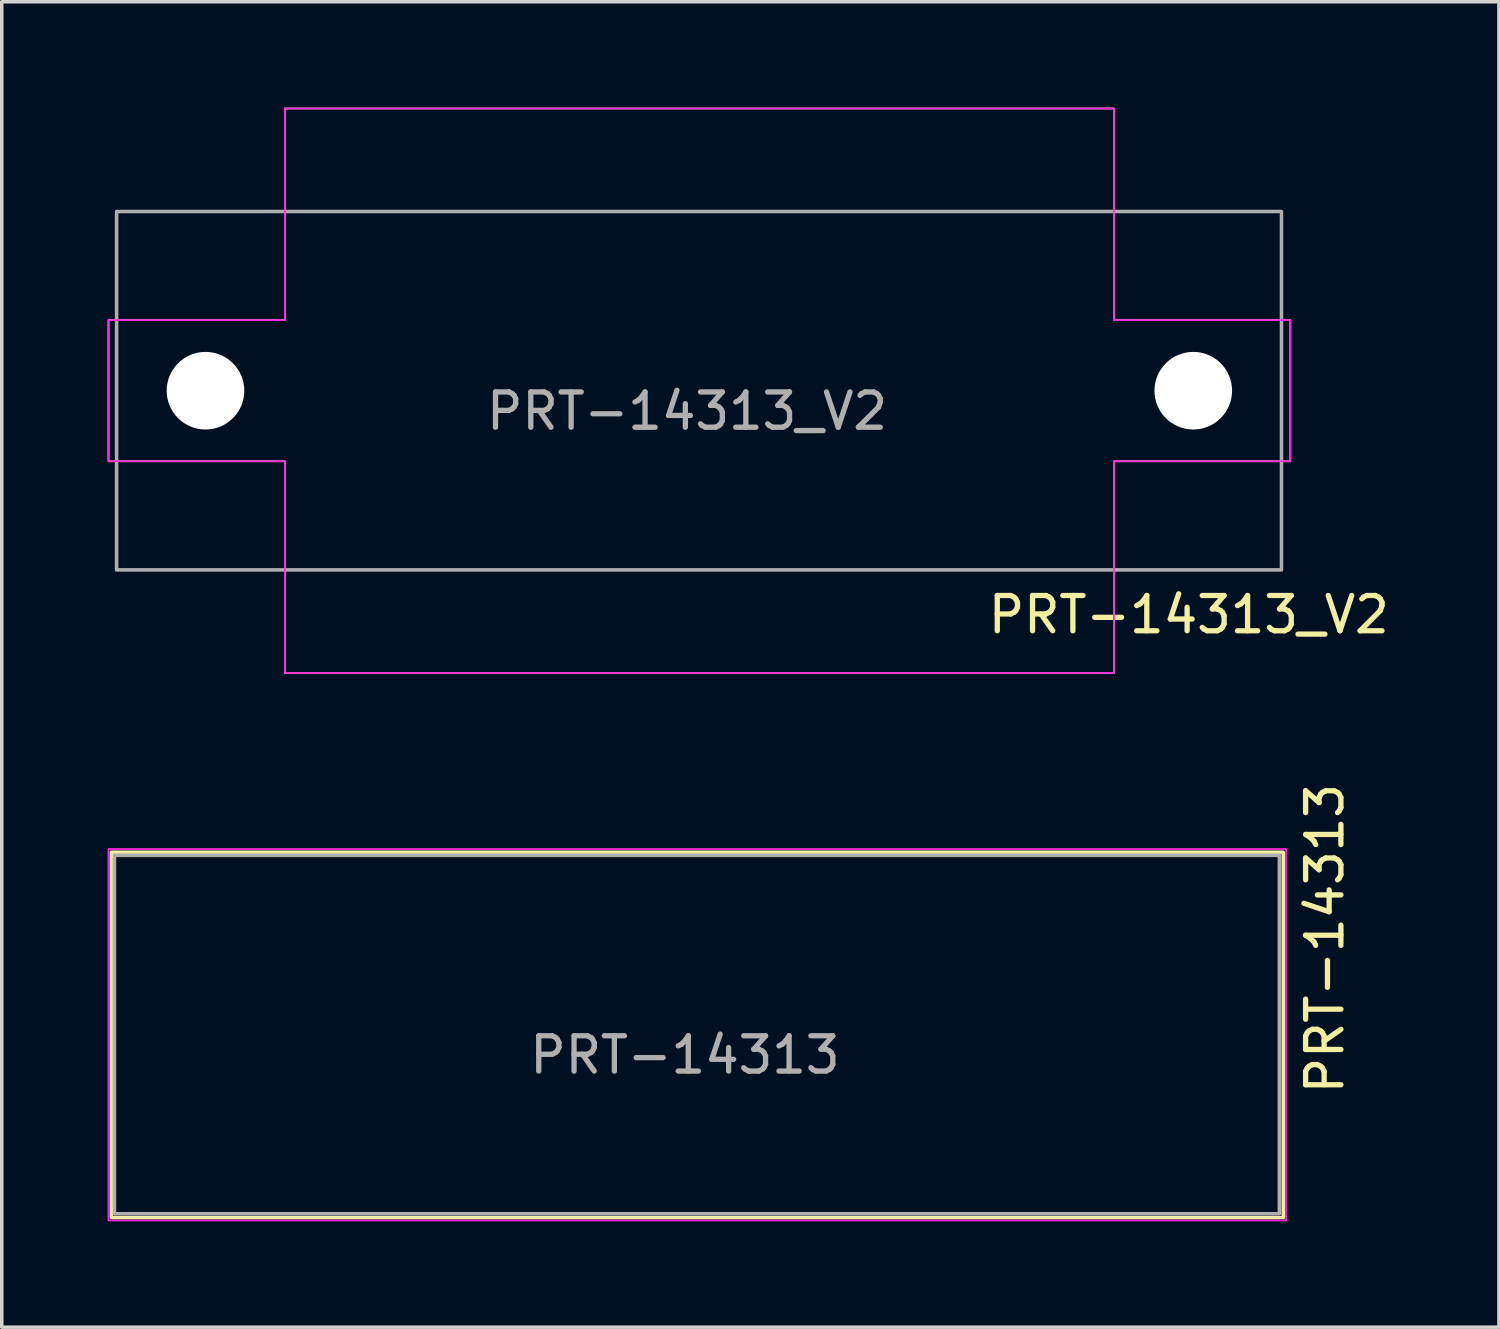
<source format=kicad_pcb>
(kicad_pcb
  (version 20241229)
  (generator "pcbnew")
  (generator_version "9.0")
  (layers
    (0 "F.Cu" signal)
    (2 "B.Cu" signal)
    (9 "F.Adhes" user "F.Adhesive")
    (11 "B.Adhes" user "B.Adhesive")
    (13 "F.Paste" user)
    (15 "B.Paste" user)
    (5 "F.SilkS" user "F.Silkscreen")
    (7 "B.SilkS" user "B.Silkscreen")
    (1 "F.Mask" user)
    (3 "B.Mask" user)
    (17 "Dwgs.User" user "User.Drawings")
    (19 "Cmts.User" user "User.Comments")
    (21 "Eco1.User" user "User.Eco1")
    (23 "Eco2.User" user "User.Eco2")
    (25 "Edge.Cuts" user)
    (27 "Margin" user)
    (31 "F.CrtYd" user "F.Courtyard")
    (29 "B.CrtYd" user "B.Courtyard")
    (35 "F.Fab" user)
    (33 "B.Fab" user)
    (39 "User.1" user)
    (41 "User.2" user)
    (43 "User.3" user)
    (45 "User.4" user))
  (footprint "PRT-14313_V2"
    (layer "F.Cu")
    (at 16.775 8.025)
    (property "Reference" "PRT-14313_V2" (at 13.873 6.35 0) (layer "F.SilkS") (effects (font (size 1 1) (thickness 0.15))))
    (fp_poly (pts (xy -11.75 -2) (xy -11.75 -8) (xy 11.75 -8) (xy 11.75 -2) (xy 16.75 -2) (xy 16.75 2) (xy 11.75 2) (xy 11.75 8) (xy -11.75 8) (xy -11.75 2) (xy -16.75 2) (xy -16.75 -2)) (stroke (width 0.05) (type solid)) (fill no) (layer "F.SilkS"))
    (fp_poly (pts (xy -11.75 -2) (xy -11.75 -8) (xy 11.75 -8) (xy 11.75 -2) (xy 16.75 -2) (xy 16.75 2) (xy 11.75 2) (xy 11.75 8) (xy -11.75 8) (xy -11.75 2) (xy -16.75 2) (xy -16.75 -2)) (stroke (width 0.05) (type solid)) (fill no) (layer "F.CrtYd"))
    (fp_rect (start -16.52 -5.08) (end 16.5 5.08) (stroke (width 0.1) (type default)) (fill no) (layer "F.Fab"))
    (fp_text user "${REFERENCE}" (at -0.35 0.58 0) (layer "F.Fab") (effects (font (size 1 1) (thickness 0.15))))
    (pad "" np_thru_hole circle (at -14 0) (size 2.2 2.2) (drill 2.2) (layers "*.Cu" "*.Mask"))
    (pad "" np_thru_hole circle (at 14 0) (size 2.2 2.2) (drill 2.2) (layers "*.Cu" "*.Mask")))
  (footprint "PRT-14313"
    (layer "F.Cu")
    (at 15.435 26.276)
    (property "Reference" "PRT-14313" (at 19.07 -2.72 270) (layer "F.SilkS") (effects (font (size 1 1) (thickness 0.15))))
    (fp_rect (start -15.33 -5.17) (end 17.89 5.19) (stroke (width 0.1) (type default)) (fill no) (layer "F.SilkS"))
    (fp_rect (start -15.41 -5.26) (end 17.97 5.27) (stroke (width 0.05) (type default)) (fill no) (layer "F.CrtYd"))
    (fp_rect (start -15.24 -5.08) (end 17.78 5.08) (stroke (width 0.1) (type default)) (fill no) (layer "F.Fab"))
    (fp_text user "${REFERENCE}" (at 0.93 0.58 0) (layer "F.Fab") (effects (font (size 1 1) (thickness 0.15)))))
  (gr_rect
    (start -3 -3)
    (end 39.44 34.571)
    (stroke (width 0.1) (type default))
    (fill no)
    (layer "Edge.Cuts")))
</source>
